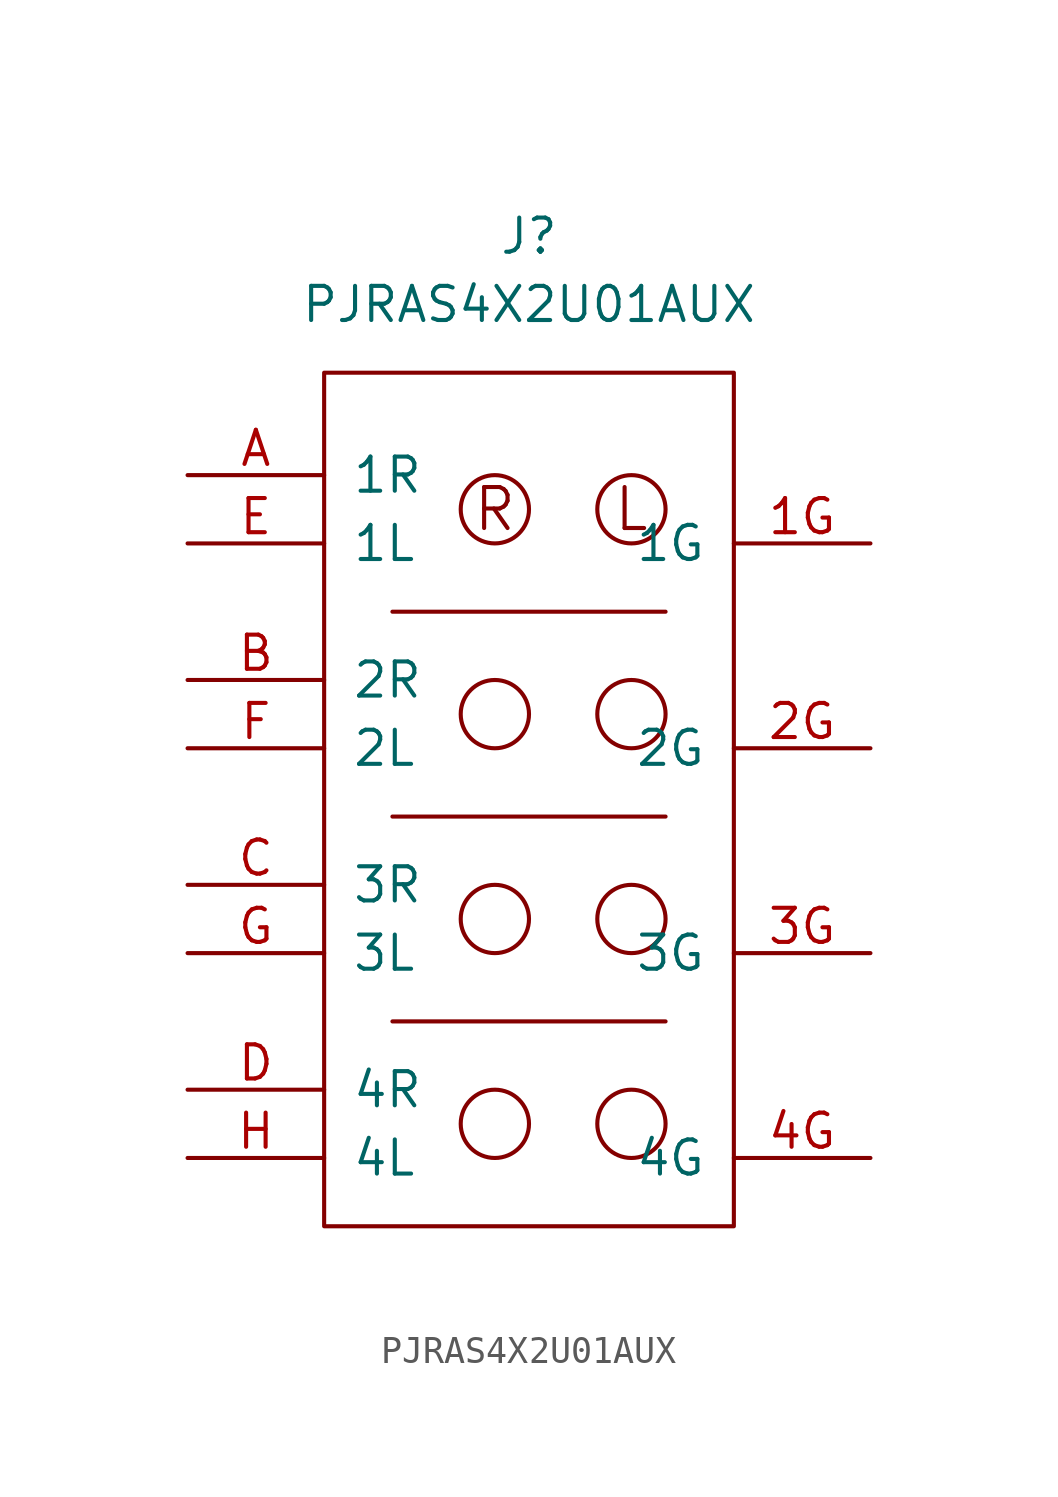
<source format=kicad_sym>
(kicad_symbol_lib
  (version 20220914)
  (generator kicad_symbol_editor)
  (symbol "PJRAS4X2U01AUX"
    (pin_names
      (offset 1.016))
    (property "Reference" "J"
      (at 7.62 36.83 0)
      (effects (font (size 1.27 1.27))))
    (property "Value" "PJRAS4X2U01AUX"
      (at 7.62 34.29 0)
      (effects (font (size 1.27 1.27))))
    (symbol "PJRAS4X2U01AUX_0_0"
      (text "L" (at 11.43 26.67 0) (effects (font (size 1.524 1.524))))
      (text "R" (at 6.35 26.67 0) (effects (font (size 1.524 1.524)))))
    (symbol "PJRAS4X2U01AUX_0_1"
      (polyline (pts (xy 2.54 7.62) (xy 12.7 7.62)) (stroke (width 0) (type solid)) (fill (type none)))
      (polyline (pts (xy 2.54 15.24) (xy 12.7 15.24)) (stroke (width 0) (type solid)) (fill (type none)))
      (polyline (pts (xy 2.54 22.86) (xy 12.7 22.86)) (stroke (width 0) (type solid)) (fill (type none)))
      (rectangle (start 0 0) (end 15.24 31.75) (stroke (width 0) (type solid)) (fill (type none)))
      (circle (center 6.35 3.81) (radius 1.27) (stroke (width 0) (type solid)) (fill (type none)))
      (circle (center 6.35 11.43) (radius 1.27) (stroke (width 0) (type solid)) (fill (type none)))
      (circle (center 6.35 19.05) (radius 1.27) (stroke (width 0) (type solid)) (fill (type none)))
      (circle (center 6.35 26.67) (radius 1.27) (stroke (width 0) (type solid)) (fill (type none)))
      (circle (center 11.43 3.81) (radius 1.27) (stroke (width 0) (type solid)) (fill (type none)))
      (circle (center 11.43 11.43) (radius 1.27) (stroke (width 0) (type solid)) (fill (type none)))
      (circle (center 11.43 19.05) (radius 1.27) (stroke (width 0) (type solid)) (fill (type none)))
      (circle (center 11.43 26.67) (radius 1.27) (stroke (width 0) (type solid)) (fill (type none))))
    (symbol "PJRAS4X2U01AUX_1_1"
      (pin passive line (at 20.32 25.4 180) (length 5.08) (name "1G" (effects (font (size 1.27 1.27)))) (number "1G" (effects (font (size 1.27 1.27)))))
      (pin passive line (at 20.32 17.78 180) (length 5.08) (name "2G" (effects (font (size 1.27 1.27)))) (number "2G" (effects (font (size 1.27 1.27)))))
      (pin passive line (at 20.32 10.16 180) (length 5.08) (name "3G" (effects (font (size 1.27 1.27)))) (number "3G" (effects (font (size 1.27 1.27)))))
      (pin passive line (at 20.32 2.54 180) (length 5.08) (name "4G" (effects (font (size 1.27 1.27)))) (number "4G" (effects (font (size 1.27 1.27)))))
      (pin passive line (at -5.08 27.94 0) (length 5.08) (name "1R" (effects (font (size 1.27 1.27)))) (number "A" (effects (font (size 1.27 1.27)))))
      (pin passive line (at -5.08 20.32 0) (length 5.08) (name "2R" (effects (font (size 1.27 1.27)))) (number "B" (effects (font (size 1.27 1.27)))))
      (pin passive line (at -5.08 12.7 0) (length 5.08) (name "3R" (effects (font (size 1.27 1.27)))) (number "C" (effects (font (size 1.27 1.27)))))
      (pin passive line (at -5.08 5.08 0) (length 5.08) (name "4R" (effects (font (size 1.27 1.27)))) (number "D" (effects (font (size 1.27 1.27)))))
      (pin passive line (at -5.08 25.4 0) (length 5.08) (name "1L" (effects (font (size 1.27 1.27)))) (number "E" (effects (font (size 1.27 1.27)))))
      (pin passive line (at -5.08 17.78 0) (length 5.08) (name "2L" (effects (font (size 1.27 1.27)))) (number "F" (effects (font (size 1.27 1.27)))))
      (pin passive line (at -5.08 10.16 0) (length 5.08) (name "3L" (effects (font (size 1.27 1.27)))) (number "G" (effects (font (size 1.27 1.27)))))
      (pin passive line (at -5.08 2.54 0) (length 5.08) (name "4L" (effects (font (size 1.27 1.27)))) (number "H" (effects (font (size 1.27 1.27))))))))
</source>
